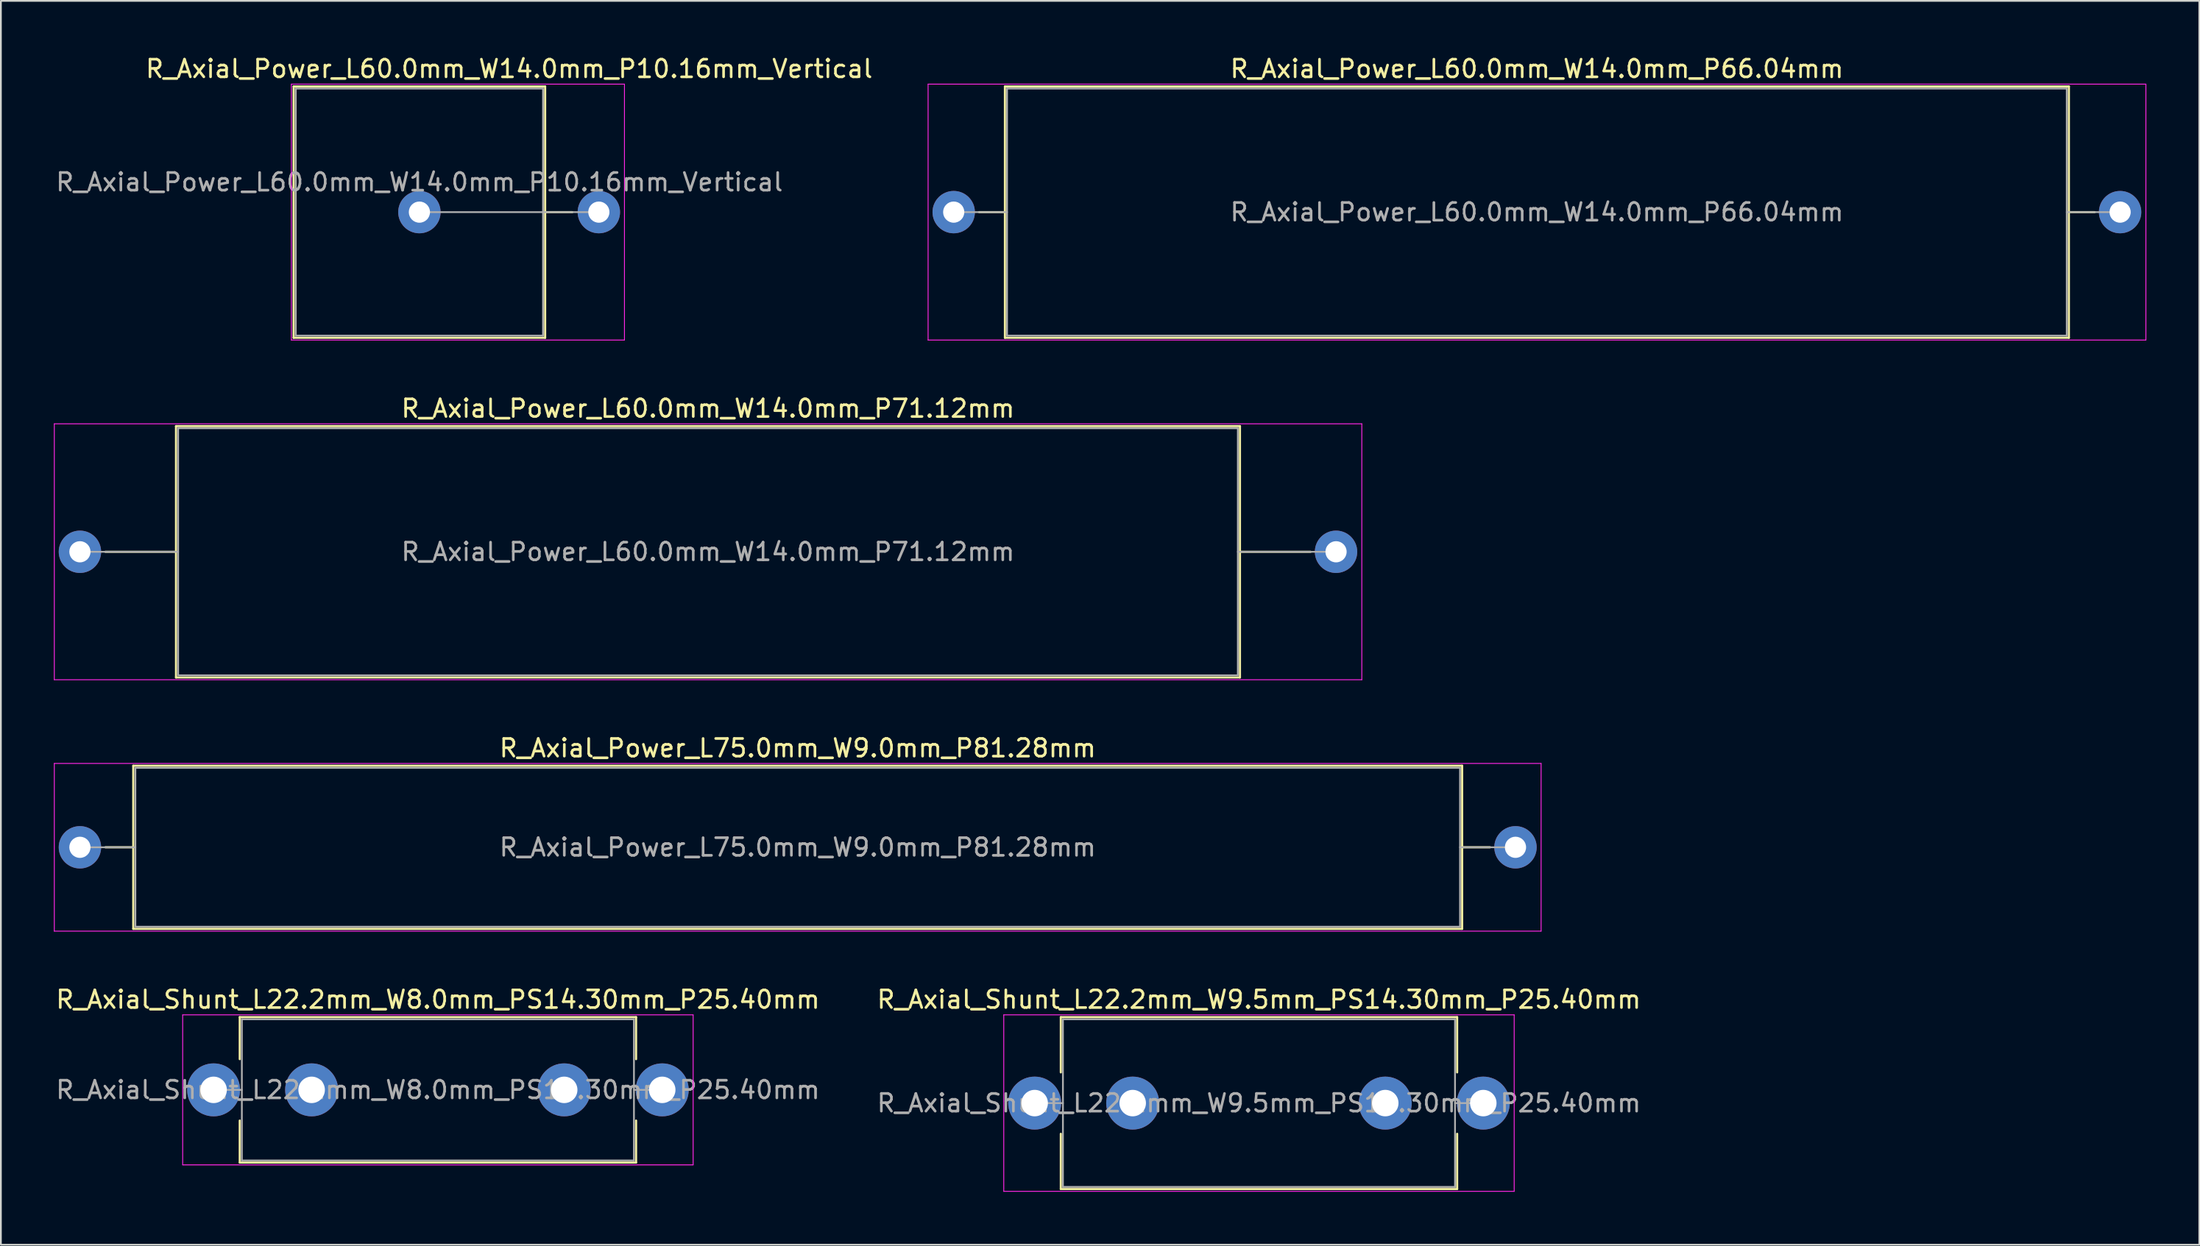
<source format=kicad_pcb>
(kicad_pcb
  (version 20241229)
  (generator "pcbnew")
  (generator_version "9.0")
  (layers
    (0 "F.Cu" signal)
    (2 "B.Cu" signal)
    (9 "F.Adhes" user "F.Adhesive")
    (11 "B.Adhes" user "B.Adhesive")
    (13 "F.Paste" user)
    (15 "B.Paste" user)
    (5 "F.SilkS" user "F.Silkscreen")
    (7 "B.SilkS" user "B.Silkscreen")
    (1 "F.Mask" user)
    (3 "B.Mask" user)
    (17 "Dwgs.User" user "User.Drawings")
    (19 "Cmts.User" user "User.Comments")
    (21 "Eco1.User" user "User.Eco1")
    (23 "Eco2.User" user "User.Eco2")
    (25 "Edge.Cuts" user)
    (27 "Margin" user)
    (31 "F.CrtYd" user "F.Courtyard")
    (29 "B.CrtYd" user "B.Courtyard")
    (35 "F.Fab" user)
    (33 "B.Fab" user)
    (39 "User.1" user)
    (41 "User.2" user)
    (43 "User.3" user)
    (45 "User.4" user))
  (footprint "R_Axial_Shunt_L22.2mm_W8.0mm_PS14.30mm_P25.40mm"
    (layer "F.Cu")
    (at 9.044 58.698)
    (property "Reference" "R_Axial_Shunt_L22.2mm_W8.0mm_PS14.30mm_P25.40mm" (at 12.7 -5.12 0) (layer "F.SilkS") (effects (font (size 1 1) (thickness 0.15))))
    (attr through_hole)
    (fp_line (start 1.48 -4.12) (end 23.92 -4.12) (stroke (width 0.12) (type solid)) (layer "F.SilkS"))
    (fp_line (start 1.48 -1.74) (end 1.48 -4.12) (stroke (width 0.12) (type solid)) (layer "F.SilkS"))
    (fp_line (start 1.48 1.74) (end 1.48 4.12) (stroke (width 0.12) (type solid)) (layer "F.SilkS"))
    (fp_line (start 1.48 4.12) (end 23.92 4.12) (stroke (width 0.12) (type solid)) (layer "F.SilkS"))
    (fp_line (start 23.92 -4.12) (end 23.92 -1.74) (stroke (width 0.12) (type solid)) (layer "F.SilkS"))
    (fp_line (start 23.92 4.12) (end 23.92 1.74) (stroke (width 0.12) (type solid)) (layer "F.SilkS"))
    (fp_line (start -1.75 -4.25) (end -1.75 4.25) (stroke (width 0.05) (type solid)) (layer "F.CrtYd"))
    (fp_line (start -1.75 4.25) (end 27.15 4.25) (stroke (width 0.05) (type solid)) (layer "F.CrtYd"))
    (fp_line (start 27.15 -4.25) (end -1.75 -4.25) (stroke (width 0.05) (type solid)) (layer "F.CrtYd"))
    (fp_line (start 27.15 4.25) (end 27.15 -4.25) (stroke (width 0.05) (type solid)) (layer "F.CrtYd"))
    (fp_line (start 0 0) (end 1.6 0) (stroke (width 0.1) (type solid)) (layer "F.Fab"))
    (fp_line (start 1.6 -4) (end 1.6 4) (stroke (width 0.1) (type solid)) (layer "F.Fab"))
    (fp_line (start 1.6 4) (end 23.8 4) (stroke (width 0.1) (type solid)) (layer "F.Fab"))
    (fp_line (start 23.8 -4) (end 1.6 -4) (stroke (width 0.1) (type solid)) (layer "F.Fab"))
    (fp_line (start 23.8 4) (end 23.8 -4) (stroke (width 0.1) (type solid)) (layer "F.Fab"))
    (fp_line (start 25.4 0) (end 23.8 0) (stroke (width 0.1) (type solid)) (layer "F.Fab"))
    (fp_text user "${REFERENCE}" (at 12.7 0 0) (layer "F.Fab") (effects (font (size 1 1) (thickness 0.15))))
    (pad "1" thru_hole circle (at 0 0) (size 3 3) (drill 1.5) (layers "*.Cu" "*.Mask"))
    (pad "2" thru_hole oval (at 5.55 0) (size 3 3) (drill 1.5) (layers "*.Cu" "*.Mask"))
    (pad "3" thru_hole oval (at 19.85 0) (size 3 3) (drill 1.5) (layers "*.Cu" "*.Mask"))
    (pad "4" thru_hole oval (at 25.4 0) (size 3 3) (drill 1.5) (layers "*.Cu" "*.Mask")))
  (footprint "R_Axial_Shunt_L22.2mm_W9.5mm_PS14.30mm_P25.40mm"
    (layer "F.Cu")
    (at 55.532 59.448)
    (property "Reference" "R_Axial_Shunt_L22.2mm_W9.5mm_PS14.30mm_P25.40mm" (at 12.7 -5.87 0) (layer "F.SilkS") (effects (font (size 1 1) (thickness 0.15))))
    (attr through_hole)
    (fp_line (start 1.48 -4.87) (end 23.92 -4.87) (stroke (width 0.12) (type solid)) (layer "F.SilkS"))
    (fp_line (start 1.48 -1.74) (end 1.48 -4.87) (stroke (width 0.12) (type solid)) (layer "F.SilkS"))
    (fp_line (start 1.48 1.74) (end 1.48 4.87) (stroke (width 0.12) (type solid)) (layer "F.SilkS"))
    (fp_line (start 1.48 4.87) (end 23.92 4.87) (stroke (width 0.12) (type solid)) (layer "F.SilkS"))
    (fp_line (start 23.92 -4.87) (end 23.92 -1.74) (stroke (width 0.12) (type solid)) (layer "F.SilkS"))
    (fp_line (start 23.92 4.87) (end 23.92 1.74) (stroke (width 0.12) (type solid)) (layer "F.SilkS"))
    (fp_line (start -1.75 -5) (end -1.75 5) (stroke (width 0.05) (type solid)) (layer "F.CrtYd"))
    (fp_line (start -1.75 5) (end 27.15 5) (stroke (width 0.05) (type solid)) (layer "F.CrtYd"))
    (fp_line (start 27.15 -5) (end -1.75 -5) (stroke (width 0.05) (type solid)) (layer "F.CrtYd"))
    (fp_line (start 27.15 5) (end 27.15 -5) (stroke (width 0.05) (type solid)) (layer "F.CrtYd"))
    (fp_line (start 0 0) (end 1.6 0) (stroke (width 0.1) (type solid)) (layer "F.Fab"))
    (fp_line (start 1.6 -4.75) (end 1.6 4.75) (stroke (width 0.1) (type solid)) (layer "F.Fab"))
    (fp_line (start 1.6 4.75) (end 23.8 4.75) (stroke (width 0.1) (type solid)) (layer "F.Fab"))
    (fp_line (start 23.8 -4.75) (end 1.6 -4.75) (stroke (width 0.1) (type solid)) (layer "F.Fab"))
    (fp_line (start 23.8 4.75) (end 23.8 -4.75) (stroke (width 0.1) (type solid)) (layer "F.Fab"))
    (fp_line (start 25.4 0) (end 23.8 0) (stroke (width 0.1) (type solid)) (layer "F.Fab"))
    (fp_text user "${REFERENCE}" (at 12.7 0 0) (layer "F.Fab") (effects (font (size 1 1) (thickness 0.15))))
    (pad "1" thru_hole circle (at 0 0) (size 3 3) (drill 1.5) (layers "*.Cu" "*.Mask"))
    (pad "2" thru_hole oval (at 5.55 0) (size 3 3) (drill 1.5) (layers "*.Cu" "*.Mask"))
    (pad "3" thru_hole oval (at 19.85 0) (size 3 3) (drill 1.5) (layers "*.Cu" "*.Mask"))
    (pad "4" thru_hole oval (at 25.4 0) (size 3 3) (drill 1.5) (layers "*.Cu" "*.Mask")))
  (footprint "R_Axial_Power_L60.0mm_W14.0mm_P71.12mm"
    (layer "F.Cu")
    (at 1.475 28.212)
    (property "Reference" "R_Axial_Power_L60.0mm_W14.0mm_P71.12mm" (at 35.56 -8.12 0) (layer "F.SilkS") (effects (font (size 1 1) (thickness 0.15))))
    (attr through_hole)
    (fp_line (start 1.44 0) (end 5.44 0) (stroke (width 0.12) (type solid)) (layer "F.SilkS"))
    (fp_line (start 5.44 -7.12) (end 5.44 7.12) (stroke (width 0.12) (type solid)) (layer "F.SilkS"))
    (fp_line (start 5.44 7.12) (end 65.68 7.12) (stroke (width 0.12) (type solid)) (layer "F.SilkS"))
    (fp_line (start 65.68 -7.12) (end 5.44 -7.12) (stroke (width 0.12) (type solid)) (layer "F.SilkS"))
    (fp_line (start 65.68 7.12) (end 65.68 -7.12) (stroke (width 0.12) (type solid)) (layer "F.SilkS"))
    (fp_line (start 69.68 0) (end 65.68 0) (stroke (width 0.12) (type solid)) (layer "F.SilkS"))
    (fp_line (start -1.45 -7.25) (end -1.45 7.25) (stroke (width 0.05) (type solid)) (layer "F.CrtYd"))
    (fp_line (start -1.45 7.25) (end 72.58 7.25) (stroke (width 0.05) (type solid)) (layer "F.CrtYd"))
    (fp_line (start 72.58 -7.25) (end -1.45 -7.25) (stroke (width 0.05) (type solid)) (layer "F.CrtYd"))
    (fp_line (start 72.58 7.25) (end 72.58 -7.25) (stroke (width 0.05) (type solid)) (layer "F.CrtYd"))
    (fp_line (start 0 0) (end 5.56 0) (stroke (width 0.1) (type solid)) (layer "F.Fab"))
    (fp_line (start 5.56 -7) (end 5.56 7) (stroke (width 0.1) (type solid)) (layer "F.Fab"))
    (fp_line (start 5.56 7) (end 65.56 7) (stroke (width 0.1) (type solid)) (layer "F.Fab"))
    (fp_line (start 65.56 -7) (end 5.56 -7) (stroke (width 0.1) (type solid)) (layer "F.Fab"))
    (fp_line (start 65.56 7) (end 65.56 -7) (stroke (width 0.1) (type solid)) (layer "F.Fab"))
    (fp_line (start 71.12 0) (end 65.56 0) (stroke (width 0.1) (type solid)) (layer "F.Fab"))
    (fp_text user "${REFERENCE}" (at 35.56 0 0) (layer "F.Fab") (effects (font (size 1 1) (thickness 0.15))))
    (pad "1" thru_hole circle (at 0 0) (size 2.4 2.4) (drill 1.2) (layers "*.Cu" "*.Mask"))
    (pad "2" thru_hole oval (at 71.12 0) (size 2.4 2.4) (drill 1.2) (layers "*.Cu" "*.Mask")))
  (footprint "R_Axial_Power_L60.0mm_W14.0mm_P66.04mm"
    (layer "F.Cu")
    (at 50.948 8.968)
    (property "Reference" "R_Axial_Power_L60.0mm_W14.0mm_P66.04mm" (at 33.02 -8.12 0) (layer "F.SilkS") (effects (font (size 1 1) (thickness 0.15))))
    (attr through_hole)
    (fp_line (start 1.44 0) (end 2.9 0) (stroke (width 0.12) (type solid)) (layer "F.SilkS"))
    (fp_line (start 2.9 -7.12) (end 2.9 7.12) (stroke (width 0.12) (type solid)) (layer "F.SilkS"))
    (fp_line (start 2.9 7.12) (end 63.14 7.12) (stroke (width 0.12) (type solid)) (layer "F.SilkS"))
    (fp_line (start 63.14 -7.12) (end 2.9 -7.12) (stroke (width 0.12) (type solid)) (layer "F.SilkS"))
    (fp_line (start 63.14 7.12) (end 63.14 -7.12) (stroke (width 0.12) (type solid)) (layer "F.SilkS"))
    (fp_line (start 64.6 0) (end 63.14 0) (stroke (width 0.12) (type solid)) (layer "F.SilkS"))
    (fp_line (start -1.45 -7.25) (end -1.45 7.25) (stroke (width 0.05) (type solid)) (layer "F.CrtYd"))
    (fp_line (start -1.45 7.25) (end 67.5 7.25) (stroke (width 0.05) (type solid)) (layer "F.CrtYd"))
    (fp_line (start 67.5 -7.25) (end -1.45 -7.25) (stroke (width 0.05) (type solid)) (layer "F.CrtYd"))
    (fp_line (start 67.5 7.25) (end 67.5 -7.25) (stroke (width 0.05) (type solid)) (layer "F.CrtYd"))
    (fp_line (start 0 0) (end 3.02 0) (stroke (width 0.1) (type solid)) (layer "F.Fab"))
    (fp_line (start 3.02 -7) (end 3.02 7) (stroke (width 0.1) (type solid)) (layer "F.Fab"))
    (fp_line (start 3.02 7) (end 63.02 7) (stroke (width 0.1) (type solid)) (layer "F.Fab"))
    (fp_line (start 63.02 -7) (end 3.02 -7) (stroke (width 0.1) (type solid)) (layer "F.Fab"))
    (fp_line (start 63.02 7) (end 63.02 -7) (stroke (width 0.1) (type solid)) (layer "F.Fab"))
    (fp_line (start 66.04 0) (end 63.02 0) (stroke (width 0.1) (type solid)) (layer "F.Fab"))
    (fp_text user "${REFERENCE}" (at 33.02 0 0) (layer "F.Fab") (effects (font (size 1 1) (thickness 0.15))))
    (pad "1" thru_hole circle (at 0 0) (size 2.4 2.4) (drill 1.2) (layers "*.Cu" "*.Mask"))
    (pad "2" thru_hole oval (at 66.04 0) (size 2.4 2.4) (drill 1.2) (layers "*.Cu" "*.Mask")))
  (footprint "R_Axial_Power_L60.0mm_W14.0mm_P10.16mm_Vertical"
    (layer "F.Cu")
    (at 20.696 8.968)
    (property "Reference" "R_Axial_Power_L60.0mm_W14.0mm_P10.16mm_Vertical" (at 5.08 -8.12 0) (layer "F.SilkS") (effects (font (size 1 1) (thickness 0.15))))
    (attr through_hole)
    (fp_line (start -7.12 -7.12) (end -7.12 7.12) (stroke (width 0.12) (type solid)) (layer "F.SilkS"))
    (fp_line (start -7.12 7.12) (end 7.12 7.12) (stroke (width 0.12) (type solid)) (layer "F.SilkS"))
    (fp_line (start 7.12 -7.12) (end -7.12 -7.12) (stroke (width 0.12) (type solid)) (layer "F.SilkS"))
    (fp_line (start 7.12 0) (end 8.66 0) (stroke (width 0.12) (type solid)) (layer "F.SilkS"))
    (fp_line (start 7.12 7.12) (end 7.12 -7.12) (stroke (width 0.12) (type solid)) (layer "F.SilkS"))
    (fp_line (start -7.25 -7.25) (end -7.25 7.25) (stroke (width 0.05) (type solid)) (layer "F.CrtYd"))
    (fp_line (start -7.25 7.25) (end 11.61 7.25) (stroke (width 0.05) (type solid)) (layer "F.CrtYd"))
    (fp_line (start 11.61 -7.25) (end -7.25 -7.25) (stroke (width 0.05) (type solid)) (layer "F.CrtYd"))
    (fp_line (start 11.61 7.25) (end 11.61 -7.25) (stroke (width 0.05) (type solid)) (layer "F.CrtYd"))
    (fp_line (start -7 -7) (end -7 7) (stroke (width 0.1) (type solid)) (layer "F.Fab"))
    (fp_line (start -7 7) (end 7 7) (stroke (width 0.1) (type solid)) (layer "F.Fab"))
    (fp_line (start 0 0) (end 10.16 0) (stroke (width 0.1) (type solid)) (layer "F.Fab"))
    (fp_line (start 7 -7) (end -7 -7) (stroke (width 0.1) (type solid)) (layer "F.Fab"))
    (fp_line (start 7 7) (end 7 -7) (stroke (width 0.1) (type solid)) (layer "F.Fab"))
    (fp_text user "${REFERENCE}" (at 0 -1.7 0) (layer "F.Fab") (effects (font (size 1 1) (thickness 0.15))))
    (pad "1" thru_hole circle (at 0 0) (size 2.4 2.4) (drill 1.2) (layers "*.Cu" "*.Mask"))
    (pad "2" thru_hole oval (at 10.16 0) (size 2.4 2.4) (drill 1.2) (layers "*.Cu" "*.Mask")))
  (footprint "R_Axial_Power_L75.0mm_W9.0mm_P81.28mm"
    (layer "F.Cu")
    (at 1.475 44.955)
    (property "Reference" "R_Axial_Power_L75.0mm_W9.0mm_P81.28mm" (at 40.64 -5.62 0) (layer "F.SilkS") (effects (font (size 1 1) (thickness 0.15))))
    (attr through_hole)
    (fp_line (start 1.44 0) (end 3.02 0) (stroke (width 0.12) (type solid)) (layer "F.SilkS"))
    (fp_line (start 3.02 -4.62) (end 3.02 4.62) (stroke (width 0.12) (type solid)) (layer "F.SilkS"))
    (fp_line (start 3.02 4.62) (end 78.26 4.62) (stroke (width 0.12) (type solid)) (layer "F.SilkS"))
    (fp_line (start 78.26 -4.62) (end 3.02 -4.62) (stroke (width 0.12) (type solid)) (layer "F.SilkS"))
    (fp_line (start 78.26 4.62) (end 78.26 -4.62) (stroke (width 0.12) (type solid)) (layer "F.SilkS"))
    (fp_line (start 79.84 0) (end 78.26 0) (stroke (width 0.12) (type solid)) (layer "F.SilkS"))
    (fp_line (start -1.45 -4.75) (end -1.45 4.75) (stroke (width 0.05) (type solid)) (layer "F.CrtYd"))
    (fp_line (start -1.45 4.75) (end 82.73 4.75) (stroke (width 0.05) (type solid)) (layer "F.CrtYd"))
    (fp_line (start 82.73 -4.75) (end -1.45 -4.75) (stroke (width 0.05) (type solid)) (layer "F.CrtYd"))
    (fp_line (start 82.73 4.75) (end 82.73 -4.75) (stroke (width 0.05) (type solid)) (layer "F.CrtYd"))
    (fp_line (start 0 0) (end 3.14 0) (stroke (width 0.1) (type solid)) (layer "F.Fab"))
    (fp_line (start 3.14 -4.5) (end 3.14 4.5) (stroke (width 0.1) (type solid)) (layer "F.Fab"))
    (fp_line (start 3.14 4.5) (end 78.14 4.5) (stroke (width 0.1) (type solid)) (layer "F.Fab"))
    (fp_line (start 78.14 -4.5) (end 3.14 -4.5) (stroke (width 0.1) (type solid)) (layer "F.Fab"))
    (fp_line (start 78.14 4.5) (end 78.14 -4.5) (stroke (width 0.1) (type solid)) (layer "F.Fab"))
    (fp_line (start 81.28 0) (end 78.14 0) (stroke (width 0.1) (type solid)) (layer "F.Fab"))
    (fp_text user "${REFERENCE}" (at 40.64 0 0) (layer "F.Fab") (effects (font (size 1 1) (thickness 0.15))))
    (pad "1" thru_hole circle (at 0 0) (size 2.4 2.4) (drill 1.2) (layers "*.Cu" "*.Mask"))
    (pad "2" thru_hole oval (at 81.28 0) (size 2.4 2.4) (drill 1.2) (layers "*.Cu" "*.Mask")))
  (gr_rect
    (start -3 -3)
    (end 121.473 67.473)
    (stroke (width 0.1) (type default))
    (fill no)
    (layer "Edge.Cuts")))
</source>
